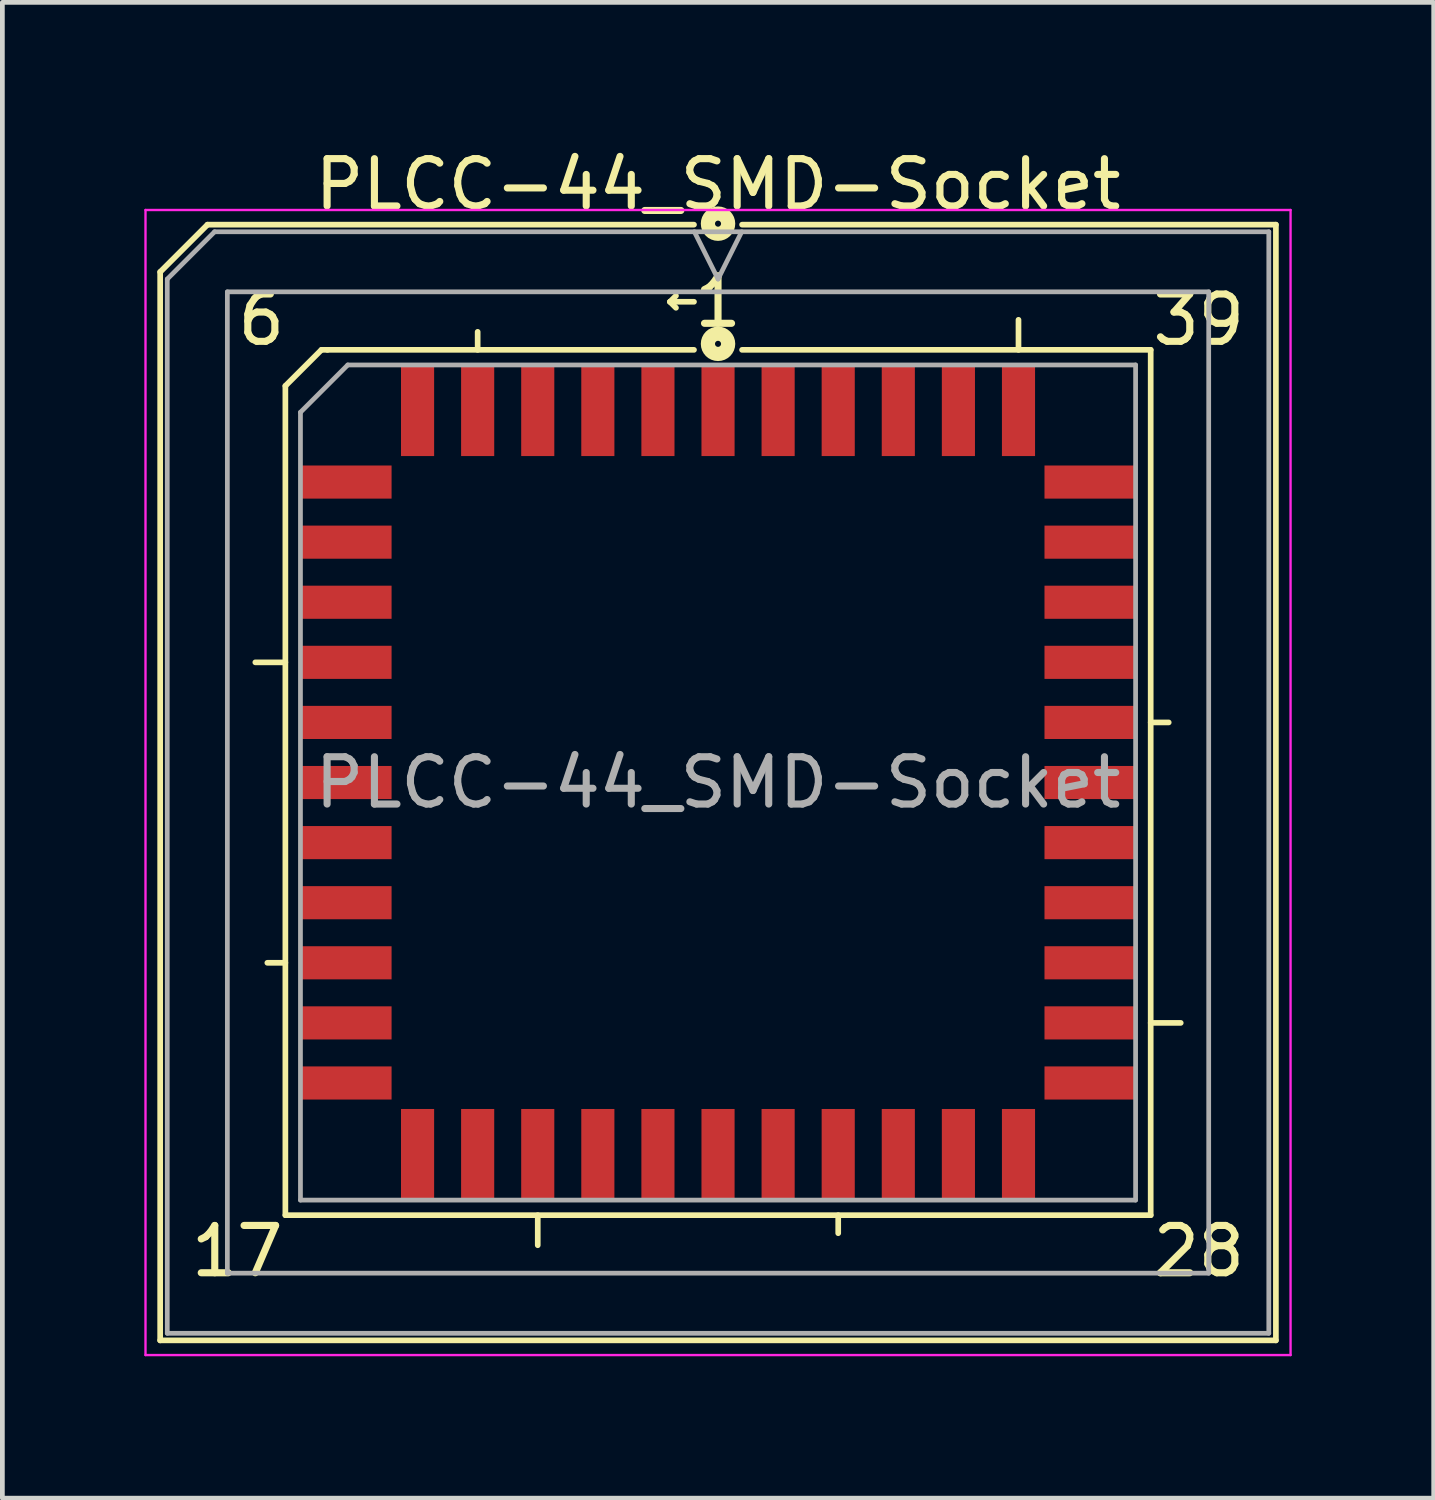
<source format=kicad_pcb>
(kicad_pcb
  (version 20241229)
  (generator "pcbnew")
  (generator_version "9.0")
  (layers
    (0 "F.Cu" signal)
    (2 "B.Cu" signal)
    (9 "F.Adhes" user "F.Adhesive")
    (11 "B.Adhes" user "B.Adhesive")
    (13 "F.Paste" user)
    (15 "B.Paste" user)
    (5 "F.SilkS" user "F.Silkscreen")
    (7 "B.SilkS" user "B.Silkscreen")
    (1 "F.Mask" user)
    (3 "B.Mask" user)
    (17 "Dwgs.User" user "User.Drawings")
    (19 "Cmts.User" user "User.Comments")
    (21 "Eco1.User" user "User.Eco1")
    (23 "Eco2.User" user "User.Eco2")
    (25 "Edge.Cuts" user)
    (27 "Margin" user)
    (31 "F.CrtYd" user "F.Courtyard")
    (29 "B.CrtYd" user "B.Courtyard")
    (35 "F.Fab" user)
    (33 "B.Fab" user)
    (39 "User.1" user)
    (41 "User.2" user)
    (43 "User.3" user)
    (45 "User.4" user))
  (footprint "PLCC-44_SMD-Socket"
    (layer "F.Cu")
    (at 12.125 13.488)
    (property "Reference" "PLCC-44_SMD-Socket" (at 0 -12.64 0) (layer "F.SilkS") (effects (font (size 1 1) (thickness 0.15))))
    (attr smd)
    (fp_line (start -11.79 -10.79) (end -11.79 11.79) (stroke (width 0.12) (type solid)) (layer "F.SilkS"))
    (fp_line (start -11.79 11.79) (end 11.79 11.79) (stroke (width 0.12) (type solid)) (layer "F.SilkS"))
    (fp_line (start -10.79 -11.79) (end -11.79 -10.79) (stroke (width 0.12) (type solid)) (layer "F.SilkS"))
    (fp_line (start -9.144 -8.382) (end -9.144 9.144) (stroke (width 0.12) (type solid)) (layer "F.SilkS"))
    (fp_line (start -9.144 -2.54) (end -9.779 -2.54) (stroke (width 0.12) (type solid)) (layer "F.SilkS"))
    (fp_line (start -9.144 3.81) (end -9.525 3.81) (stroke (width 0.12) (type solid)) (layer "F.SilkS"))
    (fp_line (start -9.144 9.144) (end 9.144 9.144) (stroke (width 0.12) (type solid)) (layer "F.SilkS"))
    (fp_line (start -8.382 -9.144) (end -9.144 -8.382) (stroke (width 0.12) (type solid)) (layer "F.SilkS"))
    (fp_line (start -8.255 -9.144) (end -8.382 -9.144) (stroke (width 0.12) (type solid)) (layer "F.SilkS"))
    (fp_line (start -5.08 -9.144) (end -5.08 -9.525) (stroke (width 0.12) (type solid)) (layer "F.SilkS"))
    (fp_line (start -3.81 9.144) (end -3.81 9.779) (stroke (width 0.12) (type solid)) (layer "F.SilkS"))
    (fp_line (start -1.016 -10.16) (end -0.889 -10.287) (stroke (width 0.12) (type solid)) (layer "F.SilkS"))
    (fp_line (start -1.016 -10.16) (end -0.889 -10.033) (stroke (width 0.12) (type solid)) (layer "F.SilkS"))
    (fp_line (start -0.508 -11.79) (end -10.79 -11.79) (stroke (width 0.12) (type solid)) (layer "F.SilkS"))
    (fp_line (start -0.508 -10.16) (end -1.016 -10.16) (stroke (width 0.12) (type solid)) (layer "F.SilkS"))
    (fp_line (start -0.508 -9.144) (end -8.255 -9.144) (stroke (width 0.12) (type solid)) (layer "F.SilkS"))
    (fp_line (start 2.54 9.144) (end 2.54 9.525) (stroke (width 0.12) (type solid)) (layer "F.SilkS"))
    (fp_line (start 6.35 -9.144) (end 6.35 -9.779) (stroke (width 0.12) (type solid)) (layer "F.SilkS"))
    (fp_line (start 9.144 -9.144) (end 0.508 -9.144) (stroke (width 0.12) (type solid)) (layer "F.SilkS"))
    (fp_line (start 9.144 -1.27) (end 9.525 -1.27) (stroke (width 0.12) (type solid)) (layer "F.SilkS"))
    (fp_line (start 9.144 5.08) (end 9.779 5.08) (stroke (width 0.12) (type solid)) (layer "F.SilkS"))
    (fp_line (start 9.144 9.144) (end 9.144 -9.144) (stroke (width 0.12) (type solid)) (layer "F.SilkS"))
    (fp_line (start 11.79 -11.79) (end 0.508 -11.79) (stroke (width 0.12) (type solid)) (layer "F.SilkS"))
    (fp_line (start 11.79 11.79) (end 11.79 -11.79) (stroke (width 0.12) (type solid)) (layer "F.SilkS"))
    (fp_circle (center 0 -11.811) (end 0.064 -11.811) (stroke (width 0.3) (type solid)) (fill no) (layer "F.SilkS"))
    (fp_circle (center 0 -9.271) (end 0.064 -9.271) (stroke (width 0.3) (type solid)) (fill no) (layer "F.SilkS"))
    (fp_line (start -12.1 -12.1) (end -12.1 12.1) (stroke (width 0.05) (type solid)) (layer "F.CrtYd"))
    (fp_line (start -12.1 12.1) (end 12.1 12.1) (stroke (width 0.05) (type solid)) (layer "F.CrtYd"))
    (fp_line (start 12.1 -12.1) (end -12.1 -12.1) (stroke (width 0.05) (type solid)) (layer "F.CrtYd"))
    (fp_line (start 12.1 12.1) (end 12.1 -12.1) (stroke (width 0.05) (type solid)) (layer "F.CrtYd"))
    (fp_line (start -11.64 -10.64) (end -11.64 11.64) (stroke (width 0.1) (type solid)) (layer "F.Fab"))
    (fp_line (start -11.64 11.64) (end 11.64 11.64) (stroke (width 0.1) (type solid)) (layer "F.Fab"))
    (fp_line (start -10.64 -11.64) (end -11.64 -10.64) (stroke (width 0.1) (type solid)) (layer "F.Fab"))
    (fp_line (start -10.37 -10.37) (end -10.37 10.37) (stroke (width 0.1) (type solid)) (layer "F.Fab"))
    (fp_line (start -10.37 10.37) (end 10.37 10.37) (stroke (width 0.1) (type solid)) (layer "F.Fab"))
    (fp_line (start -8.825 -7.825) (end -8.825 8.825) (stroke (width 0.1) (type solid)) (layer "F.Fab"))
    (fp_line (start -8.825 8.825) (end 8.825 8.825) (stroke (width 0.1) (type solid)) (layer "F.Fab"))
    (fp_line (start -7.825 -8.825) (end -8.825 -7.825) (stroke (width 0.1) (type solid)) (layer "F.Fab"))
    (fp_line (start -0.5 -11.64) (end 0 -10.64) (stroke (width 0.1) (type solid)) (layer "F.Fab"))
    (fp_line (start 0 -10.64) (end 0.5 -11.64) (stroke (width 0.1) (type solid)) (layer "F.Fab"))
    (fp_line (start 8.825 -8.825) (end -7.825 -8.825) (stroke (width 0.1) (type solid)) (layer "F.Fab"))
    (fp_line (start 8.825 8.825) (end 8.825 -8.825) (stroke (width 0.1) (type solid)) (layer "F.Fab"))
    (fp_line (start 10.37 -10.37) (end -10.37 -10.37) (stroke (width 0.1) (type solid)) (layer "F.Fab"))
    (fp_line (start 10.37 10.37) (end 10.37 -10.37) (stroke (width 0.1) (type solid)) (layer "F.Fab"))
    (fp_line (start 11.64 -11.64) (end -10.64 -11.64) (stroke (width 0.1) (type solid)) (layer "F.Fab"))
    (fp_line (start 11.64 11.64) (end 11.64 -11.64) (stroke (width 0.1) (type solid)) (layer "F.Fab"))
    (fp_text user "39" (at 10.16 -9.779 0) (unlocked yes) (layer "F.SilkS") (effects (font (size 1 1) (thickness 0.15))))
    (fp_text user "28" (at 10.16 9.906 0) (unlocked yes) (layer "F.SilkS") (effects (font (size 1 1) (thickness 0.15))))
    (fp_text user "1" (at 0 -10.16 0) (unlocked yes) (layer "F.SilkS") (effects (font (size 1 1) (thickness 0.15))))
    (fp_text user "6" (at -9.652 -9.779 0) (unlocked yes) (layer "F.SilkS") (effects (font (size 1 1) (thickness 0.15))))
    (fp_text user "17" (at -10.16 9.906 0) (unlocked yes) (layer "F.SilkS") (effects (font (size 1 1) (thickness 0.15))))
    (fp_text user "${REFERENCE}" (at 0 0 0) (layer "F.Fab") (effects (font (size 1 1) (thickness 0.15))))
    (pad "1" smd rect (at 0 -7.862) (size 0.7 1.925) (layers "F.Cu" "F.Mask" "F.Paste"))
    (pad "2" smd rect (at -1.27 -7.862) (size 0.7 1.925) (layers "F.Cu" "F.Mask" "F.Paste"))
    (pad "3" smd rect (at -2.54 -7.862) (size 0.7 1.925) (layers "F.Cu" "F.Mask" "F.Paste"))
    (pad "4" smd rect (at -3.81 -7.862) (size 0.7 1.925) (layers "F.Cu" "F.Mask" "F.Paste"))
    (pad "5" smd rect (at -5.08 -7.862) (size 0.7 1.925) (layers "F.Cu" "F.Mask" "F.Paste"))
    (pad "6" smd rect (at -6.35 -7.862) (size 0.7 1.925) (layers "F.Cu" "F.Mask" "F.Paste"))
    (pad "7" smd rect (at -7.862 -6.35) (size 1.925 0.7) (layers "F.Cu" "F.Mask" "F.Paste"))
    (pad "8" smd rect (at -7.862 -5.08) (size 1.925 0.7) (layers "F.Cu" "F.Mask" "F.Paste"))
    (pad "9" smd rect (at -7.862 -3.81) (size 1.925 0.7) (layers "F.Cu" "F.Mask" "F.Paste"))
    (pad "10" smd rect (at -7.862 -2.54) (size 1.925 0.7) (layers "F.Cu" "F.Mask" "F.Paste"))
    (pad "11" smd rect (at -7.862 -1.27) (size 1.925 0.7) (layers "F.Cu" "F.Mask" "F.Paste"))
    (pad "12" smd rect (at -7.862 0) (size 1.925 0.7) (layers "F.Cu" "F.Mask" "F.Paste"))
    (pad "13" smd rect (at -7.862 1.27) (size 1.925 0.7) (layers "F.Cu" "F.Mask" "F.Paste"))
    (pad "14" smd rect (at -7.862 2.54) (size 1.925 0.7) (layers "F.Cu" "F.Mask" "F.Paste"))
    (pad "15" smd rect (at -7.862 3.81) (size 1.925 0.7) (layers "F.Cu" "F.Mask" "F.Paste"))
    (pad "16" smd rect (at -7.862 5.08) (size 1.925 0.7) (layers "F.Cu" "F.Mask" "F.Paste"))
    (pad "17" smd rect (at -7.862 6.35) (size 1.925 0.7) (layers "F.Cu" "F.Mask" "F.Paste"))
    (pad "18" smd rect (at -6.35 7.862) (size 0.7 1.925) (layers "F.Cu" "F.Mask" "F.Paste"))
    (pad "19" smd rect (at -5.08 7.862) (size 0.7 1.925) (layers "F.Cu" "F.Mask" "F.Paste"))
    (pad "20" smd rect (at -3.81 7.862) (size 0.7 1.925) (layers "F.Cu" "F.Mask" "F.Paste"))
    (pad "21" smd rect (at -2.54 7.862) (size 0.7 1.925) (layers "F.Cu" "F.Mask" "F.Paste"))
    (pad "22" smd rect (at -1.27 7.862) (size 0.7 1.925) (layers "F.Cu" "F.Mask" "F.Paste"))
    (pad "23" smd rect (at 0 7.862) (size 0.7 1.925) (layers "F.Cu" "F.Mask" "F.Paste"))
    (pad "24" smd rect (at 1.27 7.862) (size 0.7 1.925) (layers "F.Cu" "F.Mask" "F.Paste"))
    (pad "25" smd rect (at 2.54 7.862) (size 0.7 1.925) (layers "F.Cu" "F.Mask" "F.Paste"))
    (pad "26" smd rect (at 3.81 7.862) (size 0.7 1.925) (layers "F.Cu" "F.Mask" "F.Paste"))
    (pad "27" smd rect (at 5.08 7.862) (size 0.7 1.925) (layers "F.Cu" "F.Mask" "F.Paste"))
    (pad "28" smd rect (at 6.35 7.862) (size 0.7 1.925) (layers "F.Cu" "F.Mask" "F.Paste"))
    (pad "29" smd rect (at 7.862 6.35) (size 1.925 0.7) (layers "F.Cu" "F.Mask" "F.Paste"))
    (pad "30" smd rect (at 7.862 5.08) (size 1.925 0.7) (layers "F.Cu" "F.Mask" "F.Paste"))
    (pad "31" smd rect (at 7.862 3.81) (size 1.925 0.7) (layers "F.Cu" "F.Mask" "F.Paste"))
    (pad "32" smd rect (at 7.862 2.54) (size 1.925 0.7) (layers "F.Cu" "F.Mask" "F.Paste"))
    (pad "33" smd rect (at 7.862 1.27) (size 1.925 0.7) (layers "F.Cu" "F.Mask" "F.Paste"))
    (pad "34" smd rect (at 7.862 0) (size 1.925 0.7) (layers "F.Cu" "F.Mask" "F.Paste"))
    (pad "35" smd rect (at 7.862 -1.27) (size 1.925 0.7) (layers "F.Cu" "F.Mask" "F.Paste"))
    (pad "36" smd rect (at 7.862 -2.54) (size 1.925 0.7) (layers "F.Cu" "F.Mask" "F.Paste"))
    (pad "37" smd rect (at 7.862 -3.81) (size 1.925 0.7) (layers "F.Cu" "F.Mask" "F.Paste"))
    (pad "38" smd rect (at 7.862 -5.08) (size 1.925 0.7) (layers "F.Cu" "F.Mask" "F.Paste"))
    (pad "39" smd rect (at 7.862 -6.35) (size 1.925 0.7) (layers "F.Cu" "F.Mask" "F.Paste"))
    (pad "40" smd rect (at 6.35 -7.862) (size 0.7 1.925) (layers "F.Cu" "F.Mask" "F.Paste"))
    (pad "41" smd rect (at 5.08 -7.862) (size 0.7 1.925) (layers "F.Cu" "F.Mask" "F.Paste"))
    (pad "42" smd rect (at 3.81 -7.862) (size 0.7 1.925) (layers "F.Cu" "F.Mask" "F.Paste"))
    (pad "43" smd rect (at 2.54 -7.862) (size 0.7 1.925) (layers "F.Cu" "F.Mask" "F.Paste"))
    (pad "44" smd rect (at 1.27 -7.862) (size 0.7 1.925) (layers "F.Cu" "F.Mask" "F.Paste")))
  (gr_rect
    (start -3 -3)
    (end 27.25 28.613)
    (stroke (width 0.1) (type default))
    (fill no)
    (layer "Edge.Cuts")))
</source>
